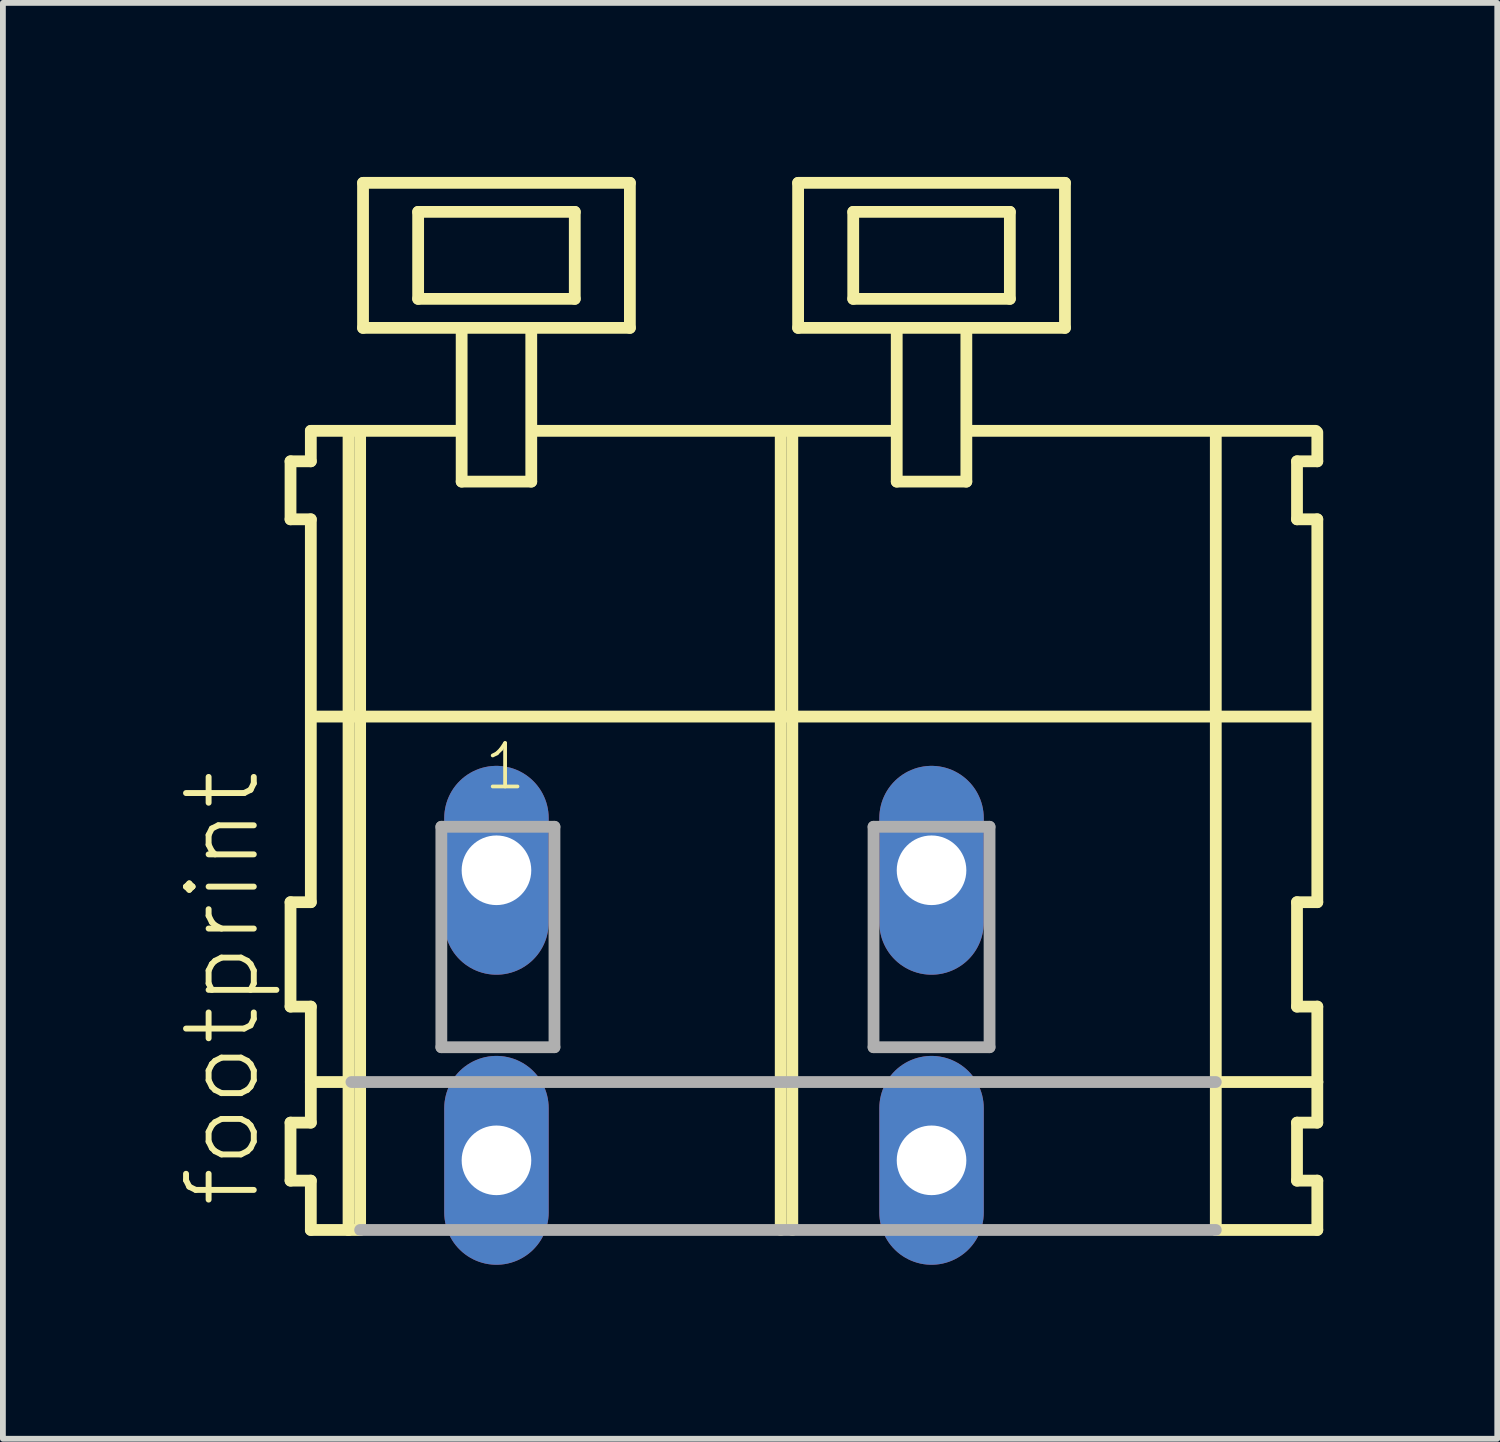
<source format=kicad_pcb>
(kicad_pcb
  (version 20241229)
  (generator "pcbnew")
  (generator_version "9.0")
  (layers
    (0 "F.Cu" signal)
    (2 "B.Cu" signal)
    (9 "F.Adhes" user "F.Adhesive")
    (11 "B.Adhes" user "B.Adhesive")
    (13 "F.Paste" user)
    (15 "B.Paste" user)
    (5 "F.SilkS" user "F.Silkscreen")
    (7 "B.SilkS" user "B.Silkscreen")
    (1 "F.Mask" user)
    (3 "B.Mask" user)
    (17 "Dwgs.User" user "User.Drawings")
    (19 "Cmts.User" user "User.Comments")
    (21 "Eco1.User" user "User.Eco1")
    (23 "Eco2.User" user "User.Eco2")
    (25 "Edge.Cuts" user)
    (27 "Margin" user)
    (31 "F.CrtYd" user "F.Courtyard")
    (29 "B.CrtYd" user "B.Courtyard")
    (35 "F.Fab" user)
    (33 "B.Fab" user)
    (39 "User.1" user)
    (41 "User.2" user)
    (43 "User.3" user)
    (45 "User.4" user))
  (footprint "footprint"
    (layer "F.Cu")
    (at 10.508 11.952)
    (property "Reference" "footprint" (at -9.035 5.855 90) (layer "F.SilkS") (effects (font (size 1.168 1.168) (thickness 0.102)) (justify left bottom)))
    (fp_line (start -8.55 -7.05) (end -8.55 -6.05) (stroke (width 0.203) (type solid)) (layer "F.SilkS"))
    (fp_line (start -8.55 -6.05) (end -8.2 -6.05) (stroke (width 0.203) (type solid)) (layer "F.SilkS"))
    (fp_line (start -8.55 0.55) (end -8.55 2.35) (stroke (width 0.203) (type solid)) (layer "F.SilkS"))
    (fp_line (start -8.55 2.35) (end -8.2 2.35) (stroke (width 0.203) (type solid)) (layer "F.SilkS"))
    (fp_line (start -8.55 4.35) (end -8.55 5.35) (stroke (width 0.203) (type solid)) (layer "F.SilkS"))
    (fp_line (start -8.55 5.35) (end -8.2 5.35) (stroke (width 0.203) (type solid)) (layer "F.SilkS"))
    (fp_line (start -8.2 -7.575) (end -8.2 -7.05) (stroke (width 0.203) (type solid)) (layer "F.SilkS"))
    (fp_line (start -8.2 -7.575) (end -5.625 -7.575) (stroke (width 0.203) (type solid)) (layer "F.SilkS"))
    (fp_line (start -8.2 -7.05) (end -8.55 -7.05) (stroke (width 0.203) (type solid)) (layer "F.SilkS"))
    (fp_line (start -8.2 -6.05) (end -8.2 0.55) (stroke (width 0.203) (type solid)) (layer "F.SilkS"))
    (fp_line (start -8.2 0.55) (end -8.55 0.55) (stroke (width 0.203) (type solid)) (layer "F.SilkS"))
    (fp_line (start -8.2 2.35) (end -8.2 4.35) (stroke (width 0.203) (type solid)) (layer "F.SilkS"))
    (fp_line (start -8.2 3.65) (end -7.5 3.65) (stroke (width 0.203) (type solid)) (layer "F.SilkS"))
    (fp_line (start -8.2 4.35) (end -8.55 4.35) (stroke (width 0.203) (type solid)) (layer "F.SilkS"))
    (fp_line (start -8.2 5.35) (end -8.2 6.2) (stroke (width 0.203) (type solid)) (layer "F.SilkS"))
    (fp_line (start -8.2 6.2) (end -7.55 6.2) (stroke (width 0.203) (type solid)) (layer "F.SilkS"))
    (fp_line (start -8.15 -2.65) (end 9.1 -2.65) (stroke (width 0.203) (type solid)) (layer "F.SilkS"))
    (fp_line (start -7.55 -7.55) (end -7.55 6.2) (stroke (width 0.203) (type solid)) (layer "F.SilkS"))
    (fp_line (start -7.55 6.2) (end -7.35 6.2) (stroke (width 0.203) (type solid)) (layer "F.SilkS"))
    (fp_line (start -7.35 -7.55) (end -7.35 6.2) (stroke (width 0.203) (type solid)) (layer "F.SilkS"))
    (fp_line (start -7.3 -11.85) (end -7.3 -9.35) (stroke (width 0.203) (type solid)) (layer "F.SilkS"))
    (fp_line (start -7.3 -9.35) (end -5.6 -9.35) (stroke (width 0.203) (type solid)) (layer "F.SilkS"))
    (fp_line (start -6.35 -11.35) (end -6.35 -9.85) (stroke (width 0.203) (type solid)) (layer "F.SilkS"))
    (fp_line (start -6.35 -9.85) (end -3.65 -9.85) (stroke (width 0.203) (type solid)) (layer "F.SilkS"))
    (fp_line (start -5.6 -9.35) (end -5.6 -6.7) (stroke (width 0.203) (type solid)) (layer "F.SilkS"))
    (fp_line (start -5.6 -9.35) (end -4.4 -9.35) (stroke (width 0.203) (type solid)) (layer "F.SilkS"))
    (fp_line (start -5.6 -6.7) (end -4.4 -6.7) (stroke (width 0.203) (type solid)) (layer "F.SilkS"))
    (fp_line (start -4.4 -9.35) (end -2.7 -9.35) (stroke (width 0.203) (type solid)) (layer "F.SilkS"))
    (fp_line (start -4.4 -6.7) (end -4.4 -9.35) (stroke (width 0.203) (type solid)) (layer "F.SilkS"))
    (fp_line (start -4.325 -7.575) (end 1.875 -7.575) (stroke (width 0.203) (type solid)) (layer "F.SilkS"))
    (fp_line (start -3.65 -11.35) (end -6.35 -11.35) (stroke (width 0.203) (type solid)) (layer "F.SilkS"))
    (fp_line (start -3.65 -9.85) (end -3.65 -11.35) (stroke (width 0.203) (type solid)) (layer "F.SilkS"))
    (fp_line (start -2.7 -11.85) (end -7.3 -11.85) (stroke (width 0.203) (type solid)) (layer "F.SilkS"))
    (fp_line (start -2.7 -9.35) (end -2.7 -11.85) (stroke (width 0.203) (type solid)) (layer "F.SilkS"))
    (fp_line (start -0.1 -7.55) (end -0.1 6.2) (stroke (width 0.203) (type solid)) (layer "F.SilkS"))
    (fp_line (start 0.1 -7.55) (end 0.1 6.2) (stroke (width 0.203) (type solid)) (layer "F.SilkS"))
    (fp_line (start 0.2 -11.85) (end 0.2 -9.35) (stroke (width 0.203) (type solid)) (layer "F.SilkS"))
    (fp_line (start 0.2 -9.35) (end 1.9 -9.35) (stroke (width 0.203) (type solid)) (layer "F.SilkS"))
    (fp_line (start 1.15 -11.35) (end 1.15 -9.85) (stroke (width 0.203) (type solid)) (layer "F.SilkS"))
    (fp_line (start 1.15 -9.85) (end 3.85 -9.85) (stroke (width 0.203) (type solid)) (layer "F.SilkS"))
    (fp_line (start 1.9 -9.35) (end 1.9 -6.7) (stroke (width 0.203) (type solid)) (layer "F.SilkS"))
    (fp_line (start 1.9 -9.35) (end 3.1 -9.35) (stroke (width 0.203) (type solid)) (layer "F.SilkS"))
    (fp_line (start 1.9 -6.7) (end 3.1 -6.7) (stroke (width 0.203) (type solid)) (layer "F.SilkS"))
    (fp_line (start 3.1 -9.35) (end 4.8 -9.35) (stroke (width 0.203) (type solid)) (layer "F.SilkS"))
    (fp_line (start 3.1 -6.7) (end 3.1 -9.35) (stroke (width 0.203) (type solid)) (layer "F.SilkS"))
    (fp_line (start 3.125 -7.575) (end 9.125 -7.575) (stroke (width 0.203) (type solid)) (layer "F.SilkS"))
    (fp_line (start 3.85 -11.35) (end 1.15 -11.35) (stroke (width 0.203) (type solid)) (layer "F.SilkS"))
    (fp_line (start 3.85 -9.85) (end 3.85 -11.35) (stroke (width 0.203) (type solid)) (layer "F.SilkS"))
    (fp_line (start 4.8 -11.85) (end 0.2 -11.85) (stroke (width 0.203) (type solid)) (layer "F.SilkS"))
    (fp_line (start 4.8 -9.35) (end 4.8 -11.85) (stroke (width 0.203) (type solid)) (layer "F.SilkS"))
    (fp_line (start 7.4 -7.55) (end 7.4 6.2) (stroke (width 0.203) (type solid)) (layer "F.SilkS"))
    (fp_line (start 7.4 6.2) (end 9.15 6.2) (stroke (width 0.203) (type solid)) (layer "F.SilkS"))
    (fp_line (start 7.45 3.65) (end 9.15 3.65) (stroke (width 0.203) (type solid)) (layer "F.SilkS"))
    (fp_line (start 8.8 -7.05) (end 8.8 -6.05) (stroke (width 0.203) (type solid)) (layer "F.SilkS"))
    (fp_line (start 8.8 -6.05) (end 9.15 -6.05) (stroke (width 0.203) (type solid)) (layer "F.SilkS"))
    (fp_line (start 8.8 0.55) (end 8.8 2.35) (stroke (width 0.203) (type solid)) (layer "F.SilkS"))
    (fp_line (start 8.8 2.35) (end 9.15 2.35) (stroke (width 0.203) (type solid)) (layer "F.SilkS"))
    (fp_line (start 8.8 4.35) (end 8.8 5.35) (stroke (width 0.203) (type solid)) (layer "F.SilkS"))
    (fp_line (start 8.8 5.35) (end 9.15 5.35) (stroke (width 0.203) (type solid)) (layer "F.SilkS"))
    (fp_line (start 9.15 -7.05) (end 8.8 -7.05) (stroke (width 0.203) (type solid)) (layer "F.SilkS"))
    (fp_line (start 9.15 -7.05) (end 9.15 -7.55) (stroke (width 0.203) (type solid)) (layer "F.SilkS"))
    (fp_line (start 9.15 0.55) (end 8.8 0.55) (stroke (width 0.203) (type solid)) (layer "F.SilkS"))
    (fp_line (start 9.15 0.55) (end 9.15 -6.05) (stroke (width 0.203) (type solid)) (layer "F.SilkS"))
    (fp_line (start 9.15 3.65) (end 9.15 2.35) (stroke (width 0.203) (type solid)) (layer "F.SilkS"))
    (fp_line (start 9.15 4.35) (end 8.8 4.35) (stroke (width 0.203) (type solid)) (layer "F.SilkS"))
    (fp_line (start 9.15 4.35) (end 9.15 3.65) (stroke (width 0.203) (type solid)) (layer "F.SilkS"))
    (fp_line (start 9.15 6.2) (end 9.15 5.35) (stroke (width 0.203) (type solid)) (layer "F.SilkS"))
    (fp_line (start -7.5 3.65) (end 7.4 3.65) (stroke (width 0.203) (type solid)) (layer "F.Fab"))
    (fp_line (start -7.35 6.2) (end 7.4 6.2) (stroke (width 0.203) (type solid)) (layer "F.Fab"))
    (fp_line (start -5.95 -0.75) (end -5.95 3.05) (stroke (width 0.203) (type solid)) (layer "F.Fab"))
    (fp_line (start -5.95 3.05) (end -4 3.05) (stroke (width 0.203) (type solid)) (layer "F.Fab"))
    (fp_line (start -4 -0.75) (end -5.95 -0.75) (stroke (width 0.203) (type solid)) (layer "F.Fab"))
    (fp_line (start -4 3.05) (end -4 -0.75) (stroke (width 0.203) (type solid)) (layer "F.Fab"))
    (fp_line (start 1.5 -0.75) (end 1.5 3.05) (stroke (width 0.203) (type solid)) (layer "F.Fab"))
    (fp_line (start 1.5 3.05) (end 3.5 3.05) (stroke (width 0.203) (type solid)) (layer "F.Fab"))
    (fp_line (start 3.5 -0.75) (end 1.5 -0.75) (stroke (width 0.203) (type solid)) (layer "F.Fab"))
    (fp_line (start 3.5 3.05) (end 3.5 -0.75) (stroke (width 0.203) (type solid)) (layer "F.Fab"))
    (fp_text user "1" (at -5.25 -1.35 0) (layer "F.SilkS") (effects (font (size 0.748 0.748) (thickness 0.065)) (justify left bottom)))
    (pad "A1" thru_hole oval (at -5 0 90) (size 3.6 1.8) (drill 1.2) (layers "*.Cu" "*.Mask"))
    (pad "A2" thru_hole oval (at 2.5 0 90) (size 3.6 1.8) (drill 1.2) (layers "*.Cu" "*.Mask"))
    (pad "B1" thru_hole oval (at -5 5 90) (size 3.6 1.8) (drill 1.2) (layers "*.Cu" "*.Mask"))
    (pad "B2" thru_hole oval (at 2.5 5 90) (size 3.6 1.8) (drill 1.2) (layers "*.Cu" "*.Mask")))
  (gr_rect
    (start -3 -3)
    (end 22.76 21.752)
    (stroke (width 0.1) (type default))
    (fill no)
    (layer "Edge.Cuts")))
</source>
